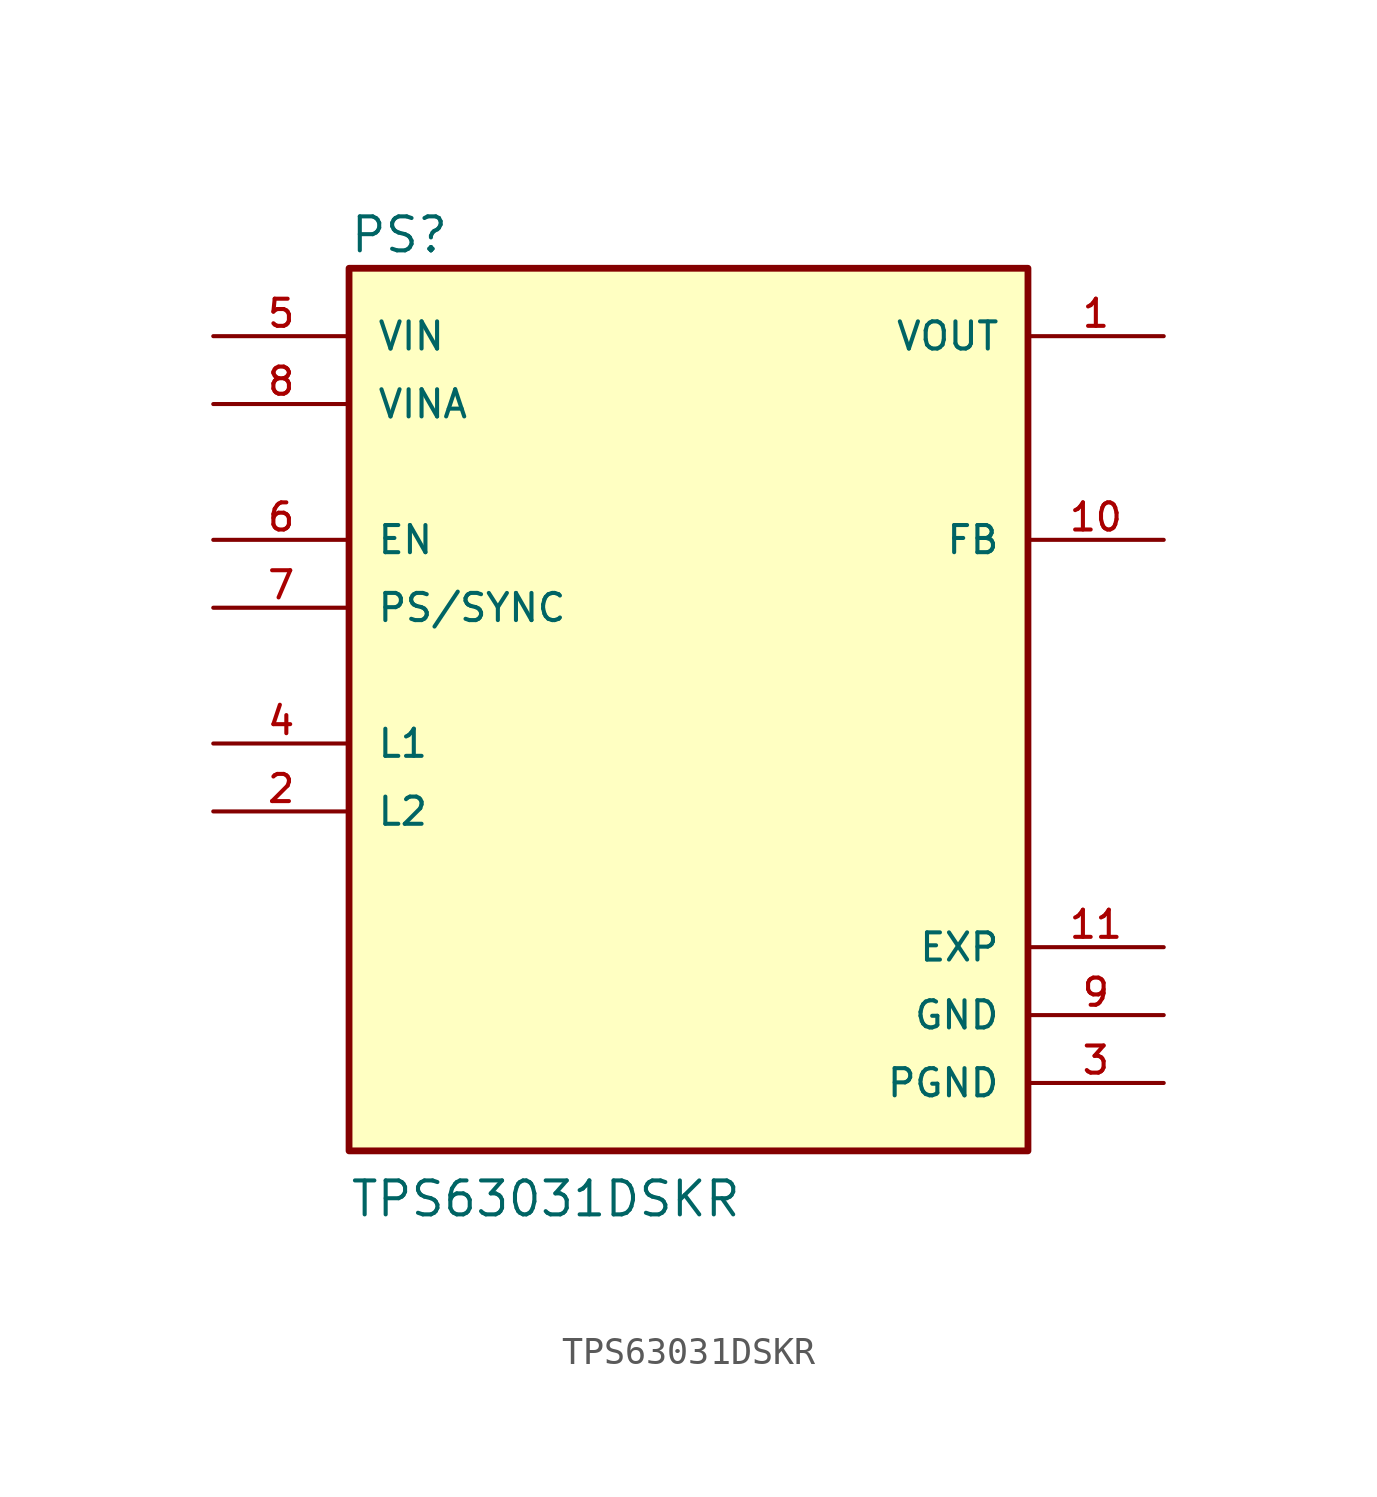
<source format=kicad_sym>
(kicad_symbol_lib
  (version 20211014)
  (generator kicad_symbol_editor)
  (symbol "TPS63031DSKR"
    (pin_names
      (offset 1.016))
    (property "Reference" "PS"
      (at -12.7 18.288 0)
      (effects (font (size 1.27 1.27)) (justify bottom left)))
    (property "Value" "TPS63031DSKR"
      (at -12.7 -17.78 0)
      (effects (font (size 1.27 1.27)) (justify bottom left)))
    (symbol "TPS63031DSKR_0_0"
      (rectangle (start -12.7 -15.24) (end 12.7 17.78) (stroke (width 0.254)) (fill (type background)))
      (pin input line (at -17.78 7.62 0) (length 5.08) (name "EN" (effects (font (size 1.016 1.016)))) (number "6" (effects (font (size 1.016 1.016)))))
      (pin input line (at 17.78 7.62 180.0) (length 5.08) (name "FB" (effects (font (size 1.016 1.016)))) (number "10" (effects (font (size 1.016 1.016)))))
      (pin power_in line (at 17.78 -10.16 180.0) (length 5.08) (name "GND" (effects (font (size 1.016 1.016)))) (number "9" (effects (font (size 1.016 1.016)))))
      (pin input line (at -17.78 0.0 0) (length 5.08) (name "L1" (effects (font (size 1.016 1.016)))) (number "4" (effects (font (size 1.016 1.016)))))
      (pin input line (at -17.78 -2.54 0) (length 5.08) (name "L2" (effects (font (size 1.016 1.016)))) (number "2" (effects (font (size 1.016 1.016)))))
      (pin power_in line (at 17.78 -12.7 180.0) (length 5.08) (name "PGND" (effects (font (size 1.016 1.016)))) (number "3" (effects (font (size 1.016 1.016)))))
      (pin input line (at -17.78 5.08 0) (length 5.08) (name "PS/SYNC" (effects (font (size 1.016 1.016)))) (number "7" (effects (font (size 1.016 1.016)))))
      (pin input line (at -17.78 12.7 0) (length 5.08) (name "VINA" (effects (font (size 1.016 1.016)))) (number "8" (effects (font (size 1.016 1.016)))))
      (pin input line (at -17.78 15.24 0) (length 5.08) (name "VIN" (effects (font (size 1.016 1.016)))) (number "5" (effects (font (size 1.016 1.016)))))
      (pin output line (at 17.78 15.24 180.0) (length 5.08) (name "VOUT" (effects (font (size 1.016 1.016)))) (number "1" (effects (font (size 1.016 1.016)))))
      (pin passive line (at 17.78 -7.62 180.0) (length 5.08) (name "EXP" (effects (font (size 1.016 1.016)))) (number "11" (effects (font (size 1.016 1.016))))))))
</source>
